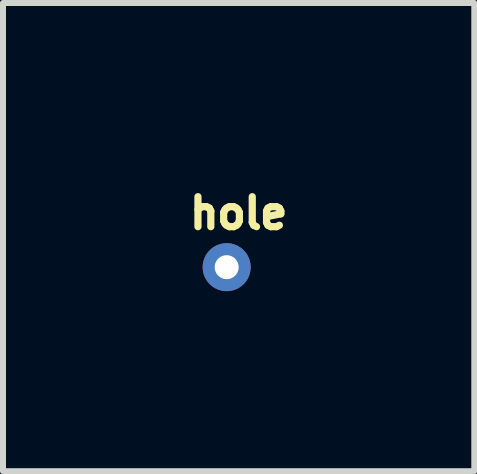
<source format=kicad_pcb>
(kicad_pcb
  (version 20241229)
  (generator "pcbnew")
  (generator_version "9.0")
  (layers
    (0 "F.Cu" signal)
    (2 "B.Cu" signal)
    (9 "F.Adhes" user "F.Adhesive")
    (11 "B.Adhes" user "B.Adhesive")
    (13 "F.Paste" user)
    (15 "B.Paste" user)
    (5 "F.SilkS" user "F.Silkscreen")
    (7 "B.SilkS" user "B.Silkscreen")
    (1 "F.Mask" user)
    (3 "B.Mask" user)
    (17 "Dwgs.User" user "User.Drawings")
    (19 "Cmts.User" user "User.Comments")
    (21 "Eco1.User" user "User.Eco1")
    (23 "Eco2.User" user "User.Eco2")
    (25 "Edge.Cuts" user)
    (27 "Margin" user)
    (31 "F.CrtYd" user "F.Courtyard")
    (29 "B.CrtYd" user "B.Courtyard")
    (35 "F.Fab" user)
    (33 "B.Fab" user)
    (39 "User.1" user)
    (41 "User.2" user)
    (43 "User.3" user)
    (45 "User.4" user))
  (footprint "hole"
    (layer "F.Cu")
    (at 0.728 1.403)
    (property "Reference" "hole" (at 0.2 -0.9 0) (layer "F.SilkS") (effects (font (size 0.5 0.5) (thickness 0.12))))
    (attr through_hole)
    (pad "1" thru_hole circle (at 0 0) (size 0.8 0.8) (drill 0.4) (layers "*.Cu" "*.Mask")))
  (gr_rect
    (start -3 -3)
    (end 4.855 4.803)
    (stroke (width 0.1) (type default))
    (fill no)
    (layer "Edge.Cuts")))
</source>
